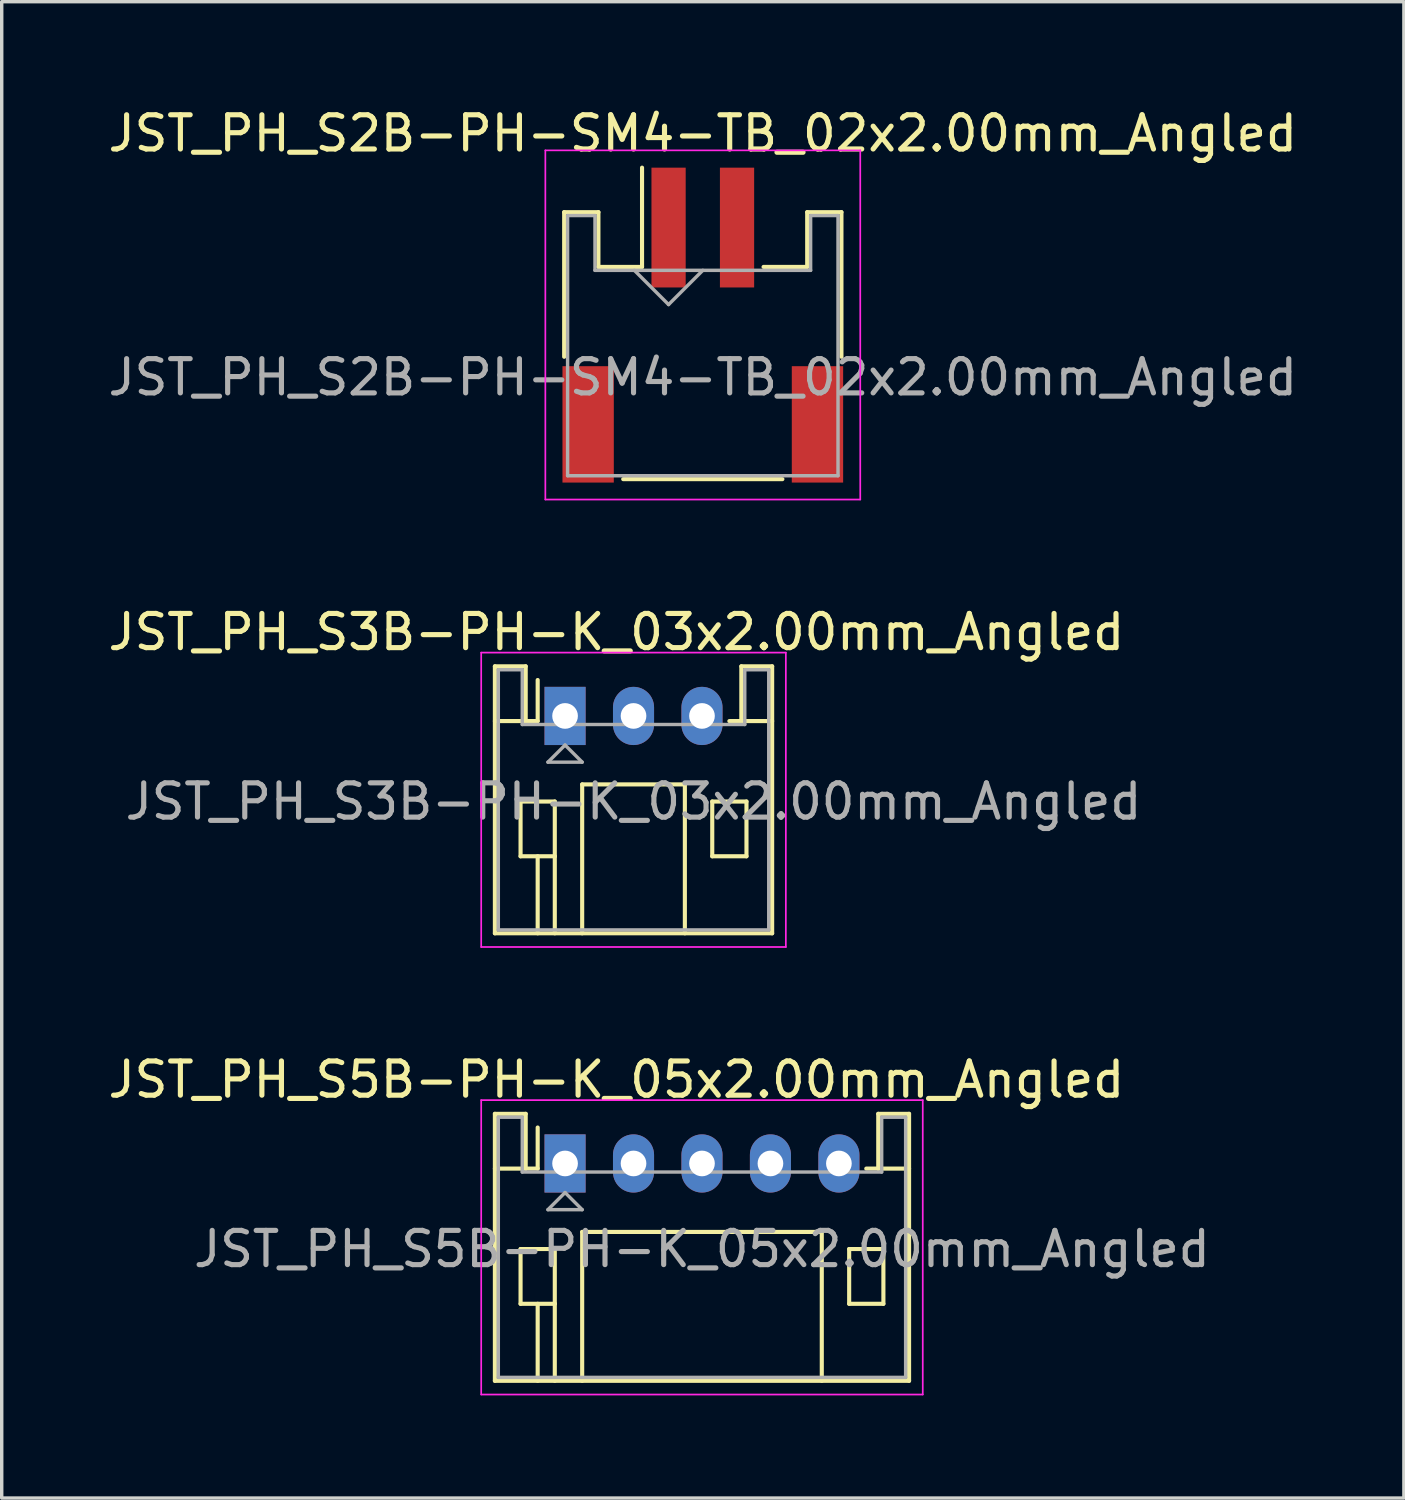
<source format=kicad_pcb>
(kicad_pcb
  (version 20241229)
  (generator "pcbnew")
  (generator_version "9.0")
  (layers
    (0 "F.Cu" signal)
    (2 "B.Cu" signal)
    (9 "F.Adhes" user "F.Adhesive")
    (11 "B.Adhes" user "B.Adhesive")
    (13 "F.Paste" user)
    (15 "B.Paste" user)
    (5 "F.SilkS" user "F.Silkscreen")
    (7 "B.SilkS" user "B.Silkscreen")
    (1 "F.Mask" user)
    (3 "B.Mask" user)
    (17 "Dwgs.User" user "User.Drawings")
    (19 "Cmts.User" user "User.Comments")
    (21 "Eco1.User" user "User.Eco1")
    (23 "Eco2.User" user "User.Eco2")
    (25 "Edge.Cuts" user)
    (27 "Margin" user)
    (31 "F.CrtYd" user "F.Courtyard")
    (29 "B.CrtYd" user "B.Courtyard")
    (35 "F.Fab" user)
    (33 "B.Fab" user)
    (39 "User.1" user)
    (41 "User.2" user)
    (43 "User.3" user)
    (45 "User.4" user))
  (footprint "JST_PH_S5B-PH-K_05x2.00mm_Angled"
    (layer "F.Cu")
    (at 13.458 30.94)
    (property "Reference" "JST_PH_S5B-PH-K_05x2.00mm_Angled" (at 1.5 -2.45 0) (layer "F.SilkS") (effects (font (size 1 1) (thickness 0.15))))
    (attr through_hole)
    (fp_line (start -2.05 -1.45) (end -2.05 6.35) (stroke (width 0.12) (type solid)) (layer "F.SilkS"))
    (fp_line (start -2.05 0.15) (end -1.15 0.15) (stroke (width 0.12) (type solid)) (layer "F.SilkS"))
    (fp_line (start -2.05 6.35) (end 10.05 6.35) (stroke (width 0.12) (type solid)) (layer "F.SilkS"))
    (fp_line (start -1.3 2.5) (end -1.3 4.1) (stroke (width 0.12) (type solid)) (layer "F.SilkS"))
    (fp_line (start -1.3 4.1) (end -0.3 4.1) (stroke (width 0.12) (type solid)) (layer "F.SilkS"))
    (fp_line (start -1.15 -1.45) (end -2.05 -1.45) (stroke (width 0.12) (type solid)) (layer "F.SilkS"))
    (fp_line (start -1.15 0.15) (end -1.15 -1.45) (stroke (width 0.12) (type solid)) (layer "F.SilkS"))
    (fp_line (start -0.8 0.15) (end -1.15 0.15) (stroke (width 0.12) (type solid)) (layer "F.SilkS"))
    (fp_line (start -0.8 0.15) (end -0.8 -1.05) (stroke (width 0.12) (type solid)) (layer "F.SilkS"))
    (fp_line (start -0.8 4.1) (end -0.8 6.35) (stroke (width 0.12) (type solid)) (layer "F.SilkS"))
    (fp_line (start -0.3 2.5) (end -1.3 2.5) (stroke (width 0.12) (type solid)) (layer "F.SilkS"))
    (fp_line (start -0.3 4.1) (end -0.3 2.5) (stroke (width 0.12) (type solid)) (layer "F.SilkS"))
    (fp_line (start -0.3 4.1) (end -0.3 6.35) (stroke (width 0.12) (type solid)) (layer "F.SilkS"))
    (fp_line (start 0.5 2) (end 7.5 2) (stroke (width 0.12) (type solid)) (layer "F.SilkS"))
    (fp_line (start 0.5 6.35) (end 0.5 2) (stroke (width 0.12) (type solid)) (layer "F.SilkS"))
    (fp_line (start 7.5 2) (end 7.5 6.35) (stroke (width 0.12) (type solid)) (layer "F.SilkS"))
    (fp_line (start 8.3 2.5) (end 9.3 2.5) (stroke (width 0.12) (type solid)) (layer "F.SilkS"))
    (fp_line (start 8.3 4.1) (end 8.3 2.5) (stroke (width 0.12) (type solid)) (layer "F.SilkS"))
    (fp_line (start 9.15 -1.45) (end 9.15 0.15) (stroke (width 0.12) (type solid)) (layer "F.SilkS"))
    (fp_line (start 9.15 0.15) (end 8.8 0.15) (stroke (width 0.12) (type solid)) (layer "F.SilkS"))
    (fp_line (start 9.3 2.5) (end 9.3 4.1) (stroke (width 0.12) (type solid)) (layer "F.SilkS"))
    (fp_line (start 9.3 4.1) (end 8.3 4.1) (stroke (width 0.12) (type solid)) (layer "F.SilkS"))
    (fp_line (start 10.05 -1.45) (end 9.15 -1.45) (stroke (width 0.12) (type solid)) (layer "F.SilkS"))
    (fp_line (start 10.05 0.15) (end 9.15 0.15) (stroke (width 0.12) (type solid)) (layer "F.SilkS"))
    (fp_line (start 10.05 6.35) (end 10.05 -1.45) (stroke (width 0.12) (type solid)) (layer "F.SilkS"))
    (fp_line (start -2.45 -1.85) (end -2.45 6.75) (stroke (width 0.05) (type solid)) (layer "F.CrtYd"))
    (fp_line (start -2.45 6.75) (end 10.45 6.75) (stroke (width 0.05) (type solid)) (layer "F.CrtYd"))
    (fp_line (start 10.45 -1.85) (end -2.45 -1.85) (stroke (width 0.05) (type solid)) (layer "F.CrtYd"))
    (fp_line (start 10.45 6.75) (end 10.45 -1.85) (stroke (width 0.05) (type solid)) (layer "F.CrtYd"))
    (fp_line (start -1.95 -1.35) (end -1.95 6.25) (stroke (width 0.1) (type solid)) (layer "F.Fab"))
    (fp_line (start -1.95 6.25) (end 9.95 6.25) (stroke (width 0.1) (type solid)) (layer "F.Fab"))
    (fp_line (start -1.25 -1.35) (end -1.95 -1.35) (stroke (width 0.1) (type solid)) (layer "F.Fab"))
    (fp_line (start -1.25 0.25) (end -1.25 -1.35) (stroke (width 0.1) (type solid)) (layer "F.Fab"))
    (fp_line (start -0.5 1.35) (end 0.5 1.35) (stroke (width 0.1) (type solid)) (layer "F.Fab"))
    (fp_line (start 0 0.85) (end -0.5 1.35) (stroke (width 0.1) (type solid)) (layer "F.Fab"))
    (fp_line (start 0.5 1.35) (end 0 0.85) (stroke (width 0.1) (type solid)) (layer "F.Fab"))
    (fp_line (start 9.25 -1.35) (end 9.25 0.25) (stroke (width 0.1) (type solid)) (layer "F.Fab"))
    (fp_line (start 9.25 0.25) (end -1.25 0.25) (stroke (width 0.1) (type solid)) (layer "F.Fab"))
    (fp_line (start 9.95 -1.35) (end 9.25 -1.35) (stroke (width 0.1) (type solid)) (layer "F.Fab"))
    (fp_line (start 9.95 6.25) (end 9.95 -1.35) (stroke (width 0.1) (type solid)) (layer "F.Fab"))
    (fp_text user "${REFERENCE}" (at 4 2.5 0) (layer "F.Fab") (effects (font (size 1 1) (thickness 0.15))))
    (pad "1" thru_hole rect (at 0 0) (size 1.2 1.7) (drill 0.75) (layers "*.Cu" "*.Mask"))
    (pad "2" thru_hole oval (at 2 0) (size 1.2 1.7) (drill 0.75) (layers "*.Cu" "*.Mask"))
    (pad "3" thru_hole oval (at 4 0) (size 1.2 1.7) (drill 0.75) (layers "*.Cu" "*.Mask"))
    (pad "4" thru_hole oval (at 6 0) (size 1.2 1.7) (drill 0.75) (layers "*.Cu" "*.Mask"))
    (pad "5" thru_hole oval (at 8 0) (size 1.2 1.7) (drill 0.75) (layers "*.Cu" "*.Mask")))
  (footprint "JST_PH_S2B-PH-SM4-TB_02x2.00mm_Angled"
    (layer "F.Cu")
    (at 17.482 6.473)
    (property "Reference" "JST_PH_S2B-PH-SM4-TB_02x2.00mm_Angled" (at 0 -5.625 0) (layer "F.SilkS") (effects (font (size 1 1) (thickness 0.15))))
    (attr smd)
    (fp_line (start -4.05 -3.325) (end -4.05 0.9) (stroke (width 0.12) (type solid)) (layer "F.SilkS"))
    (fp_line (start -3.05 -3.325) (end -4.05 -3.325) (stroke (width 0.12) (type solid)) (layer "F.SilkS"))
    (fp_line (start -3.05 -1.725) (end -3.05 -3.325) (stroke (width 0.12) (type solid)) (layer "F.SilkS"))
    (fp_line (start -2.325 4.475) (end 2.325 4.475) (stroke (width 0.12) (type solid)) (layer "F.SilkS"))
    (fp_line (start -1.775 -1.725) (end -3.05 -1.725) (stroke (width 0.12) (type solid)) (layer "F.SilkS"))
    (fp_line (start -1.775 -1.725) (end -1.775 -4.625) (stroke (width 0.12) (type solid)) (layer "F.SilkS"))
    (fp_line (start 3.05 -3.325) (end 3.05 -1.725) (stroke (width 0.12) (type solid)) (layer "F.SilkS"))
    (fp_line (start 3.05 -1.725) (end 1.775 -1.725) (stroke (width 0.12) (type solid)) (layer "F.SilkS"))
    (fp_line (start 4.05 -3.325) (end 3.05 -3.325) (stroke (width 0.12) (type solid)) (layer "F.SilkS"))
    (fp_line (start 4.05 0.9) (end 4.05 -3.325) (stroke (width 0.12) (type solid)) (layer "F.SilkS"))
    (fp_line (start -4.6 -5.13) (end -4.6 5.07) (stroke (width 0.05) (type solid)) (layer "F.CrtYd"))
    (fp_line (start -4.6 5.07) (end 4.6 5.07) (stroke (width 0.05) (type solid)) (layer "F.CrtYd"))
    (fp_line (start 4.6 -5.13) (end -4.6 -5.13) (stroke (width 0.05) (type solid)) (layer "F.CrtYd"))
    (fp_line (start 4.6 5.07) (end 4.6 -5.13) (stroke (width 0.05) (type solid)) (layer "F.CrtYd"))
    (fp_line (start -3.95 -3.225) (end -3.95 4.375) (stroke (width 0.1) (type solid)) (layer "F.Fab"))
    (fp_line (start -3.95 4.375) (end 3.95 4.375) (stroke (width 0.1) (type solid)) (layer "F.Fab"))
    (fp_line (start -3.15 -3.225) (end -3.95 -3.225) (stroke (width 0.1) (type solid)) (layer "F.Fab"))
    (fp_line (start -3.15 -1.625) (end -3.15 -3.225) (stroke (width 0.1) (type solid)) (layer "F.Fab"))
    (fp_line (start -2 -1.625) (end -1 -0.625) (stroke (width 0.1) (type solid)) (layer "F.Fab"))
    (fp_line (start -1 -0.625) (end 0 -1.625) (stroke (width 0.1) (type solid)) (layer "F.Fab"))
    (fp_line (start 3.15 -3.225) (end 3.15 -1.625) (stroke (width 0.1) (type solid)) (layer "F.Fab"))
    (fp_line (start 3.15 -1.625) (end -3.15 -1.625) (stroke (width 0.1) (type solid)) (layer "F.Fab"))
    (fp_line (start 3.95 -3.225) (end 3.15 -3.225) (stroke (width 0.1) (type solid)) (layer "F.Fab"))
    (fp_line (start 3.95 4.375) (end 3.95 -3.225) (stroke (width 0.1) (type solid)) (layer "F.Fab"))
    (fp_text user "${REFERENCE}" (at 0 1.5 0) (layer "F.Fab") (effects (font (size 1 1) (thickness 0.15))))
    (pad "" smd rect (at -3.35 2.875) (size 1.5 3.4) (layers "F.Cu" "F.Mask" "F.Paste"))
    (pad "" smd rect (at 3.35 2.875) (size 1.5 3.4) (layers "F.Cu" "F.Mask" "F.Paste"))
    (pad "1" smd rect (at -1 -2.875) (size 1 3.5) (layers "F.Cu" "F.Mask" "F.Paste"))
    (pad "2" smd rect (at 1 -2.875) (size 1 3.5) (layers "F.Cu" "F.Mask" "F.Paste")))
  (footprint "JST_PH_S3B-PH-K_03x2.00mm_Angled"
    (layer "F.Cu")
    (at 13.458 17.866)
    (property "Reference" "JST_PH_S3B-PH-K_03x2.00mm_Angled" (at 1.5 -2.45 0) (layer "F.SilkS") (effects (font (size 1 1) (thickness 0.15))))
    (attr through_hole)
    (fp_line (start -2.05 -1.45) (end -2.05 6.35) (stroke (width 0.12) (type solid)) (layer "F.SilkS"))
    (fp_line (start -2.05 0.15) (end -1.15 0.15) (stroke (width 0.12) (type solid)) (layer "F.SilkS"))
    (fp_line (start -2.05 6.35) (end 6.05 6.35) (stroke (width 0.12) (type solid)) (layer "F.SilkS"))
    (fp_line (start -1.3 2.5) (end -1.3 4.1) (stroke (width 0.12) (type solid)) (layer "F.SilkS"))
    (fp_line (start -1.3 4.1) (end -0.3 4.1) (stroke (width 0.12) (type solid)) (layer "F.SilkS"))
    (fp_line (start -1.15 -1.45) (end -2.05 -1.45) (stroke (width 0.12) (type solid)) (layer "F.SilkS"))
    (fp_line (start -1.15 0.15) (end -1.15 -1.45) (stroke (width 0.12) (type solid)) (layer "F.SilkS"))
    (fp_line (start -0.8 0.15) (end -1.15 0.15) (stroke (width 0.12) (type solid)) (layer "F.SilkS"))
    (fp_line (start -0.8 0.15) (end -0.8 -1.05) (stroke (width 0.12) (type solid)) (layer "F.SilkS"))
    (fp_line (start -0.8 4.1) (end -0.8 6.35) (stroke (width 0.12) (type solid)) (layer "F.SilkS"))
    (fp_line (start -0.3 2.5) (end -1.3 2.5) (stroke (width 0.12) (type solid)) (layer "F.SilkS"))
    (fp_line (start -0.3 4.1) (end -0.3 2.5) (stroke (width 0.12) (type solid)) (layer "F.SilkS"))
    (fp_line (start -0.3 4.1) (end -0.3 6.35) (stroke (width 0.12) (type solid)) (layer "F.SilkS"))
    (fp_line (start 0.5 2) (end 3.5 2) (stroke (width 0.12) (type solid)) (layer "F.SilkS"))
    (fp_line (start 0.5 6.35) (end 0.5 2) (stroke (width 0.12) (type solid)) (layer "F.SilkS"))
    (fp_line (start 3.5 2) (end 3.5 6.35) (stroke (width 0.12) (type solid)) (layer "F.SilkS"))
    (fp_line (start 4.3 2.5) (end 5.3 2.5) (stroke (width 0.12) (type solid)) (layer "F.SilkS"))
    (fp_line (start 4.3 4.1) (end 4.3 2.5) (stroke (width 0.12) (type solid)) (layer "F.SilkS"))
    (fp_line (start 5.15 -1.45) (end 5.15 0.15) (stroke (width 0.12) (type solid)) (layer "F.SilkS"))
    (fp_line (start 5.15 0.15) (end 4.8 0.15) (stroke (width 0.12) (type solid)) (layer "F.SilkS"))
    (fp_line (start 5.3 2.5) (end 5.3 4.1) (stroke (width 0.12) (type solid)) (layer "F.SilkS"))
    (fp_line (start 5.3 4.1) (end 4.3 4.1) (stroke (width 0.12) (type solid)) (layer "F.SilkS"))
    (fp_line (start 6.05 -1.45) (end 5.15 -1.45) (stroke (width 0.12) (type solid)) (layer "F.SilkS"))
    (fp_line (start 6.05 0.15) (end 5.15 0.15) (stroke (width 0.12) (type solid)) (layer "F.SilkS"))
    (fp_line (start 6.05 6.35) (end 6.05 -1.45) (stroke (width 0.12) (type solid)) (layer "F.SilkS"))
    (fp_line (start -2.45 -1.85) (end -2.45 6.75) (stroke (width 0.05) (type solid)) (layer "F.CrtYd"))
    (fp_line (start -2.45 6.75) (end 6.45 6.75) (stroke (width 0.05) (type solid)) (layer "F.CrtYd"))
    (fp_line (start 6.45 -1.85) (end -2.45 -1.85) (stroke (width 0.05) (type solid)) (layer "F.CrtYd"))
    (fp_line (start 6.45 6.75) (end 6.45 -1.85) (stroke (width 0.05) (type solid)) (layer "F.CrtYd"))
    (fp_line (start -1.95 -1.35) (end -1.95 6.25) (stroke (width 0.1) (type solid)) (layer "F.Fab"))
    (fp_line (start -1.95 6.25) (end 5.95 6.25) (stroke (width 0.1) (type solid)) (layer "F.Fab"))
    (fp_line (start -1.25 -1.35) (end -1.95 -1.35) (stroke (width 0.1) (type solid)) (layer "F.Fab"))
    (fp_line (start -1.25 0.25) (end -1.25 -1.35) (stroke (width 0.1) (type solid)) (layer "F.Fab"))
    (fp_line (start -0.5 1.35) (end 0.5 1.35) (stroke (width 0.1) (type solid)) (layer "F.Fab"))
    (fp_line (start 0 0.85) (end -0.5 1.35) (stroke (width 0.1) (type solid)) (layer "F.Fab"))
    (fp_line (start 0.5 1.35) (end 0 0.85) (stroke (width 0.1) (type solid)) (layer "F.Fab"))
    (fp_line (start 5.25 -1.35) (end 5.25 0.25) (stroke (width 0.1) (type solid)) (layer "F.Fab"))
    (fp_line (start 5.25 0.25) (end -1.25 0.25) (stroke (width 0.1) (type solid)) (layer "F.Fab"))
    (fp_line (start 5.95 -1.35) (end 5.25 -1.35) (stroke (width 0.1) (type solid)) (layer "F.Fab"))
    (fp_line (start 5.95 6.25) (end 5.95 -1.35) (stroke (width 0.1) (type solid)) (layer "F.Fab"))
    (fp_text user "${REFERENCE}" (at 2 2.5 0) (layer "F.Fab") (effects (font (size 1 1) (thickness 0.15))))
    (pad "1" thru_hole rect (at 0 0) (size 1.2 1.7) (drill 0.75) (layers "*.Cu" "*.Mask"))
    (pad "2" thru_hole oval (at 2 0) (size 1.2 1.7) (drill 0.75) (layers "*.Cu" "*.Mask"))
    (pad "3" thru_hole oval (at 4 0) (size 1.2 1.7) (drill 0.75) (layers "*.Cu" "*.Mask")))
  (gr_rect
    (start -3 -3)
    (end 37.964 40.715)
    (stroke (width 0.1) (type default))
    (fill no)
    (layer "Edge.Cuts")))
</source>
